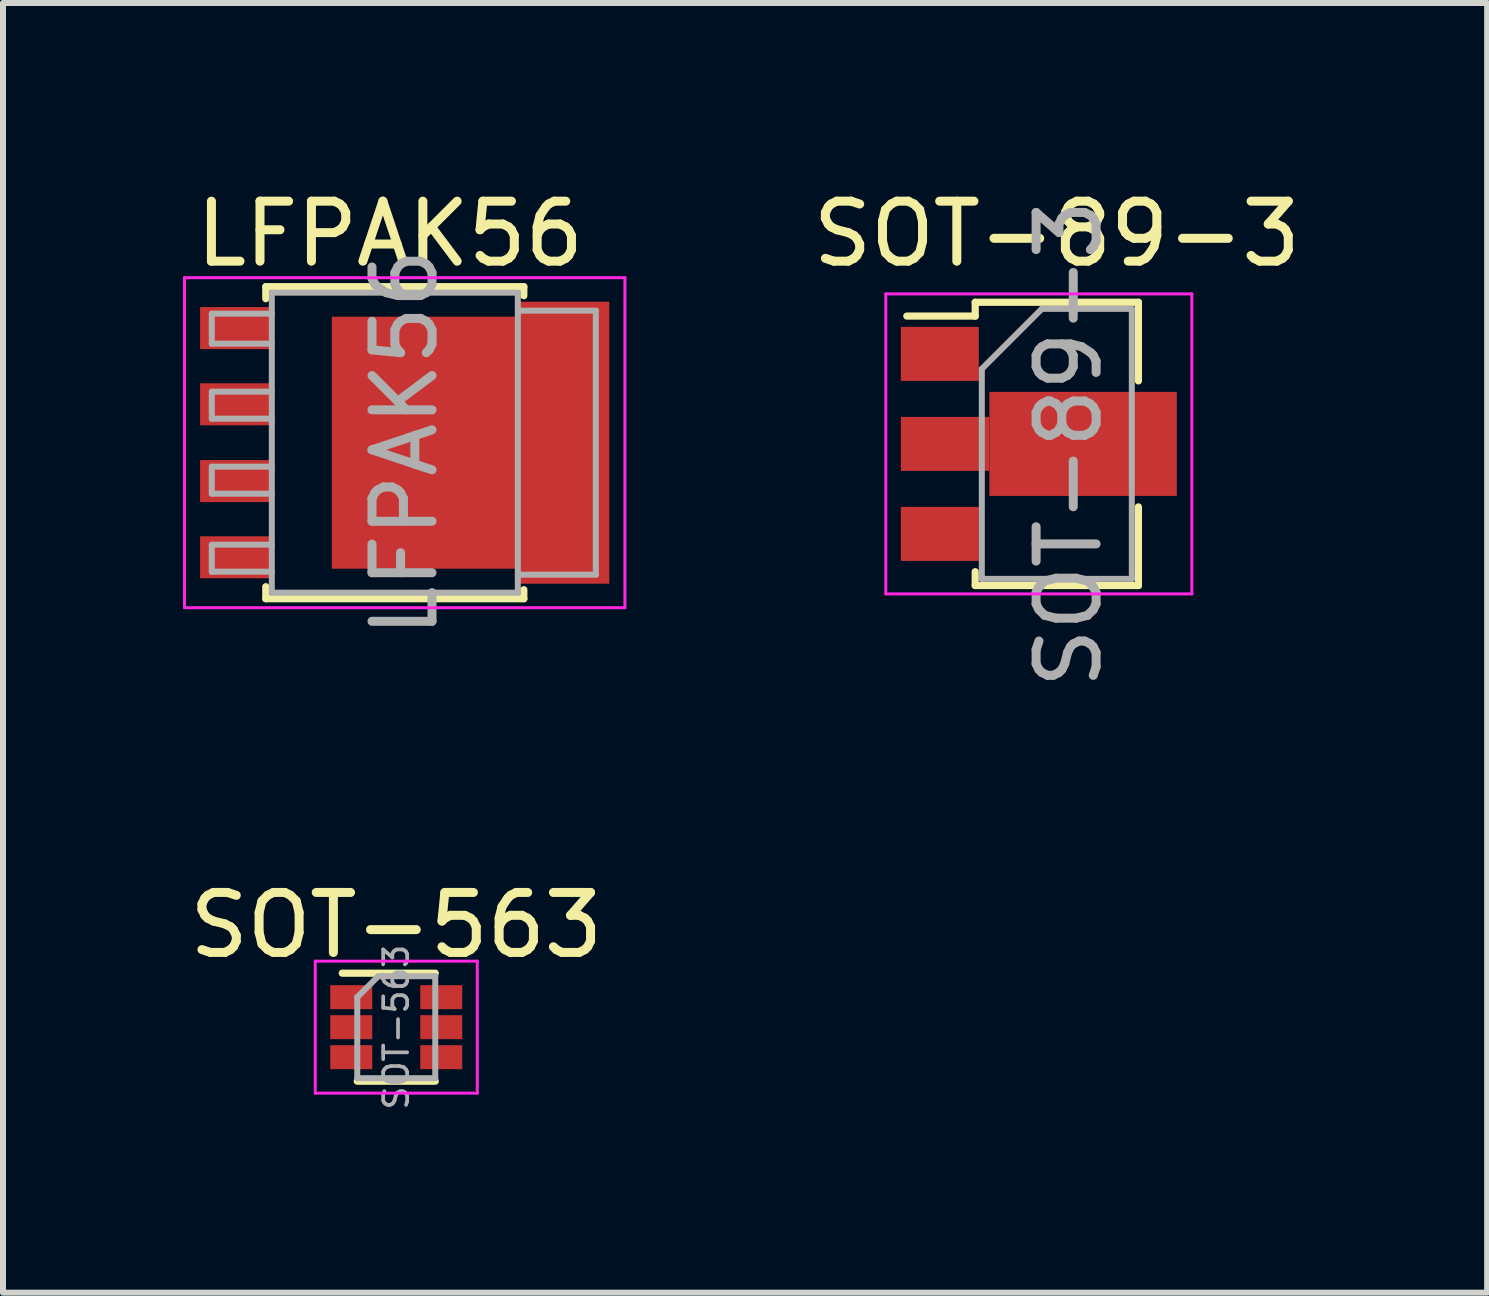
<source format=kicad_pcb>
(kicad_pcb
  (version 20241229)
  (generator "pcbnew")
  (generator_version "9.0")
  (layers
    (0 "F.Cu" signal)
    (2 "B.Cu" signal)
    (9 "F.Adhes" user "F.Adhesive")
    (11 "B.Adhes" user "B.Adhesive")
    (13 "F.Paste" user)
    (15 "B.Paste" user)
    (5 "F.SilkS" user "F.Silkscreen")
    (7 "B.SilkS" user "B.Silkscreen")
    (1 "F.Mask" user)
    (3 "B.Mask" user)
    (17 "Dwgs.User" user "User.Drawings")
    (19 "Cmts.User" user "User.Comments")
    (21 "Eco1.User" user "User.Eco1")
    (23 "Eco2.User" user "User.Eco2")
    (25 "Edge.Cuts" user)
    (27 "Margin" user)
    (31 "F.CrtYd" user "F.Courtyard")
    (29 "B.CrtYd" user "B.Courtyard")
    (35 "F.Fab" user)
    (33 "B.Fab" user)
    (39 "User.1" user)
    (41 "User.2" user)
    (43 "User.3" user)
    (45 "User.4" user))
  (footprint "SOT-89-3"
    (layer "F.Cu")
    (at 14.263 4.348)
    (property "Reference" "SOT-89-3" (at 0.3 -3.5 0) (layer "F.SilkS") (effects (font (size 1 1) (thickness 0.15))))
    (attr smd)
    (fp_line (start -2.2 -2.13) (end -1.06 -2.13) (stroke (width 0.12) (type solid)) (layer "F.SilkS"))
    (fp_line (start -1.06 -2.36) (end -1.06 -2.13) (stroke (width 0.12) (type solid)) (layer "F.SilkS"))
    (fp_line (start -1.06 -2.36) (end 1.66 -2.36) (stroke (width 0.12) (type solid)) (layer "F.SilkS"))
    (fp_line (start -1.06 2.36) (end -1.06 2.13) (stroke (width 0.12) (type solid)) (layer "F.SilkS"))
    (fp_line (start 1.66 -2.36) (end 1.66 -1.05) (stroke (width 0.12) (type solid)) (layer "F.SilkS"))
    (fp_line (start 1.66 1.05) (end 1.66 2.36) (stroke (width 0.12) (type solid)) (layer "F.SilkS"))
    (fp_line (start 1.66 2.36) (end -1.06 2.36) (stroke (width 0.12) (type solid)) (layer "F.SilkS"))
    (fp_line (start -2.55 2.5) (end -2.55 -2.5) (stroke (width 0.05) (type solid)) (layer "F.CrtYd"))
    (fp_line (start -2.55 2.5) (end 2.55 2.5) (stroke (width 0.05) (type solid)) (layer "F.CrtYd"))
    (fp_line (start 2.55 -2.5) (end -2.55 -2.5) (stroke (width 0.05) (type solid)) (layer "F.CrtYd"))
    (fp_line (start 2.55 -2.5) (end 2.55 2.5) (stroke (width 0.05) (type solid)) (layer "F.CrtYd"))
    (fp_line (start -0.95 -1.25) (end 0.05 -2.25) (stroke (width 0.1) (type solid)) (layer "F.Fab"))
    (fp_line (start -0.95 2.25) (end -0.95 -1.25) (stroke (width 0.1) (type solid)) (layer "F.Fab"))
    (fp_line (start 0.05 -2.25) (end 1.55 -2.25) (stroke (width 0.1) (type solid)) (layer "F.Fab"))
    (fp_line (start 1.55 -2.25) (end 1.55 2.25) (stroke (width 0.1) (type solid)) (layer "F.Fab"))
    (fp_line (start 1.55 2.25) (end -0.95 2.25) (stroke (width 0.1) (type solid)) (layer "F.Fab"))
    (fp_text user "${REFERENCE}" (at 0.5 0 90) (layer "F.Fab") (effects (font (size 1 1) (thickness 0.15))))
    (pad "1" smd rect (at -1.65 -1.5) (size 1.3 0.9) (layers "F.Cu" "F.Mask" "F.Paste"))
    (pad "2" smd custom (at -1.562 0) (size 1.475 0.9) (layers "F.Cu" "F.Mask" "F.Paste") (options (anchor rect)) (primitives (gr_poly (pts (xy 0.738 -0.867) (xy 3.862 -0.867) (xy 3.862 0.867) (xy 0.738 0.867)) (width 0) (fill yes))))
    (pad "3" smd rect (at -1.65 1.5) (size 1.3 0.9) (layers "F.Cu" "F.Mask" "F.Paste")))
  (footprint "LFPAK56"
    (layer "F.Cu")
    (at 3.695 4.328)
    (property "Reference" "LFPAK56" (at -0.245 -3.48 0) (layer "F.SilkS") (effects (font (size 1 1) (thickness 0.15))))
    (attr smd)
    (fp_line (start -2.315 -2.6) (end -2.315 -2.4) (stroke (width 0.12) (type solid)) (layer "F.SilkS"))
    (fp_line (start -2.315 2.4) (end -2.315 2.6) (stroke (width 0.12) (type solid)) (layer "F.SilkS"))
    (fp_line (start -2.315 2.6) (end 1.985 2.6) (stroke (width 0.12) (type solid)) (layer "F.SilkS"))
    (fp_line (start 1.985 -2.6) (end -2.315 -2.6) (stroke (width 0.12) (type solid)) (layer "F.SilkS"))
    (fp_line (start 1.985 -2.45) (end 1.985 -2.6) (stroke (width 0.12) (type solid)) (layer "F.SilkS"))
    (fp_line (start 1.985 2.6) (end 1.985 2.45) (stroke (width 0.12) (type solid)) (layer "F.SilkS"))
    (fp_line (start -3.67 2.75) (end -3.67 -2.75) (stroke (width 0.05) (type solid)) (layer "F.CrtYd"))
    (fp_line (start -3.67 2.75) (end 3.67 2.75) (stroke (width 0.05) (type solid)) (layer "F.CrtYd"))
    (fp_line (start 3.67 -2.75) (end -3.67 -2.75) (stroke (width 0.05) (type solid)) (layer "F.CrtYd"))
    (fp_line (start 3.67 -2.75) (end 3.67 2.75) (stroke (width 0.05) (type solid)) (layer "F.CrtYd"))
    (fp_line (start -3.215 -2.15) (end -3.215 -1.65) (stroke (width 0.1) (type solid)) (layer "F.Fab"))
    (fp_line (start -3.215 -2.15) (end -2.215 -2.15) (stroke (width 0.1) (type solid)) (layer "F.Fab"))
    (fp_line (start -3.215 -1.65) (end -2.215 -1.65) (stroke (width 0.1) (type solid)) (layer "F.Fab"))
    (fp_line (start -3.215 -0.85) (end -3.215 -0.4) (stroke (width 0.1) (type solid)) (layer "F.Fab"))
    (fp_line (start -3.215 -0.4) (end -2.215 -0.4) (stroke (width 0.1) (type solid)) (layer "F.Fab"))
    (fp_line (start -3.215 0.4) (end -3.215 0.85) (stroke (width 0.1) (type solid)) (layer "F.Fab"))
    (fp_line (start -3.215 0.85) (end -2.215 0.85) (stroke (width 0.1) (type solid)) (layer "F.Fab"))
    (fp_line (start -3.215 1.7) (end -3.215 2.15) (stroke (width 0.1) (type solid)) (layer "F.Fab"))
    (fp_line (start -3.215 2.15) (end -2.215 2.15) (stroke (width 0.1) (type solid)) (layer "F.Fab"))
    (fp_line (start -2.215 -2.5) (end -2.215 2.5) (stroke (width 0.1) (type solid)) (layer "F.Fab"))
    (fp_line (start -2.215 -0.85) (end -3.215 -0.85) (stroke (width 0.1) (type solid)) (layer "F.Fab"))
    (fp_line (start -2.215 0.4) (end -3.215 0.4) (stroke (width 0.1) (type solid)) (layer "F.Fab"))
    (fp_line (start -2.215 1.7) (end -3.215 1.7) (stroke (width 0.1) (type solid)) (layer "F.Fab"))
    (fp_line (start -2.215 2.5) (end 1.885 2.5) (stroke (width 0.1) (type solid)) (layer "F.Fab"))
    (fp_line (start 1.885 -2.5) (end -2.215 -2.5) (stroke (width 0.1) (type solid)) (layer "F.Fab"))
    (fp_line (start 1.885 2.5) (end 1.885 -2.5) (stroke (width 0.1) (type solid)) (layer "F.Fab"))
    (fp_line (start 3.185 -2.2) (end 1.885 -2.2) (stroke (width 0.1) (type solid)) (layer "F.Fab"))
    (fp_line (start 3.185 -2.2) (end 3.185 2.2) (stroke (width 0.1) (type solid)) (layer "F.Fab"))
    (fp_line (start 3.185 2.2) (end 1.885 2.2) (stroke (width 0.1) (type solid)) (layer "F.Fab"))
    (fp_text user "${REFERENCE}" (at 0 0 90) (layer "F.Fab") (effects (font (size 1 1) (thickness 0.15))))
    (pad "" smd rect (at -0.665 -1.15) (size 0.6 0.9) (layers "F.Paste"))
    (pad "" smd rect (at -0.665 0) (size 0.6 0.9) (layers "F.Paste"))
    (pad "" smd rect (at -0.665 1.15) (size 0.6 0.9) (layers "F.Paste"))
    (pad "" smd rect (at 0.185 -1.15) (size 0.6 0.9) (layers "F.Paste"))
    (pad "" smd rect (at 0.185 0) (size 0.6 0.9) (layers "F.Paste"))
    (pad "" smd rect (at 0.185 1.15) (size 0.6 0.9) (layers "F.Paste"))
    (pad "" smd rect (at 1.035 -1.15) (size 0.6 0.9) (layers "F.Paste"))
    (pad "" smd rect (at 1.035 0) (size 0.6 0.9) (layers "F.Paste"))
    (pad "" smd rect (at 1.035 1.15) (size 0.6 0.9) (layers "F.Paste"))
    (pad "" smd rect (at 2.885 -1.88 270) (size 0.6 0.9) (layers "F.Paste"))
    (pad "" smd rect (at 2.885 -0.6 270) (size 0.6 0.9) (layers "F.Paste"))
    (pad "" smd rect (at 2.885 0.6 270) (size 0.6 0.9) (layers "F.Paste"))
    (pad "" smd rect (at 2.885 1.88 270) (size 0.6 0.9) (layers "F.Paste"))
    (pad "1" smd rect (at -2.835 -1.91 270) (size 0.7 1.15) (layers "F.Cu" "F.Mask" "F.Paste"))
    (pad "2" smd rect (at -2.835 -0.64 270) (size 0.7 1.15) (layers "F.Cu" "F.Mask" "F.Paste"))
    (pad "3" smd rect (at -2.835 0.64 270) (size 0.7 1.15) (layers "F.Cu" "F.Mask" "F.Paste"))
    (pad "4" smd rect (at -2.835 1.91 270) (size 0.7 1.15) (layers "F.Cu" "F.Mask" "F.Paste"))
    (pad "5" smd custom (at 0.435 0) (size 3.3 4.2) (layers "F.Cu" "F.Mask") (options (anchor rect)) (primitives (gr_poly (pts (xy 1.425 -2.35) (xy 2.975 -2.35) (xy 2.975 2.35) (xy 1.425 2.35)) (width 0) (fill yes)))))
  (footprint "SOT-563"
    (layer "F.Cu")
    (at 3.554 14.069)
    (property "Reference" "SOT-563" (at 0 -1.7 0) (layer "F.SilkS") (effects (font (size 1 1) (thickness 0.15))))
    (attr smd)
    (fp_line (start -0.9 -0.9) (end 0.65 -0.9) (stroke (width 0.12) (type solid)) (layer "F.SilkS"))
    (fp_line (start 0.65 0.9) (end -0.65 0.9) (stroke (width 0.12) (type solid)) (layer "F.SilkS"))
    (fp_line (start -1.35 -1.1) (end -1.35 1.1) (stroke (width 0.05) (type solid)) (layer "F.CrtYd"))
    (fp_line (start -1.35 -1.1) (end 1.35 -1.1) (stroke (width 0.05) (type solid)) (layer "F.CrtYd"))
    (fp_line (start 1.35 1.1) (end -1.35 1.1) (stroke (width 0.05) (type solid)) (layer "F.CrtYd"))
    (fp_line (start 1.35 1.1) (end 1.35 -1.1) (stroke (width 0.05) (type solid)) (layer "F.CrtYd"))
    (fp_line (start -0.65 -0.5) (end -0.65 0.85) (stroke (width 0.1) (type solid)) (layer "F.Fab"))
    (fp_line (start -0.65 -0.5) (end -0.3 -0.85) (stroke (width 0.1) (type solid)) (layer "F.Fab"))
    (fp_line (start -0.65 0.85) (end 0.65 0.85) (stroke (width 0.1) (type solid)) (layer "F.Fab"))
    (fp_line (start 0.65 -0.85) (end -0.3 -0.85) (stroke (width 0.1) (type solid)) (layer "F.Fab"))
    (fp_line (start 0.65 0.85) (end 0.65 -0.85) (stroke (width 0.1) (type solid)) (layer "F.Fab"))
    (fp_text user "${REFERENCE}" (at 0 0 90) (layer "F.Fab") (effects (font (size 0.4 0.4) (thickness 0.062))))
    (pad "1" smd rect (at -0.75 -0.5) (size 0.7 0.4) (layers "F.Cu" "F.Mask" "F.Paste"))
    (pad "2" smd rect (at -0.75 0) (size 0.7 0.4) (layers "F.Cu" "F.Mask" "F.Paste"))
    (pad "3" smd rect (at -0.75 0.5) (size 0.7 0.4) (layers "F.Cu" "F.Mask" "F.Paste"))
    (pad "4" smd rect (at 0.75 0.5) (size 0.7 0.4) (layers "F.Cu" "F.Mask" "F.Paste"))
    (pad "5" smd rect (at 0.75 0) (size 0.7 0.4) (layers "F.Cu" "F.Mask" "F.Paste"))
    (pad "6" smd rect (at 0.75 -0.5) (size 0.7 0.4) (layers "F.Cu" "F.Mask" "F.Paste")))
  (gr_rect
    (start -3 -3)
    (end 21.735 18.494)
    (stroke (width 0.1) (type default))
    (fill no)
    (layer "Edge.Cuts")))
</source>
